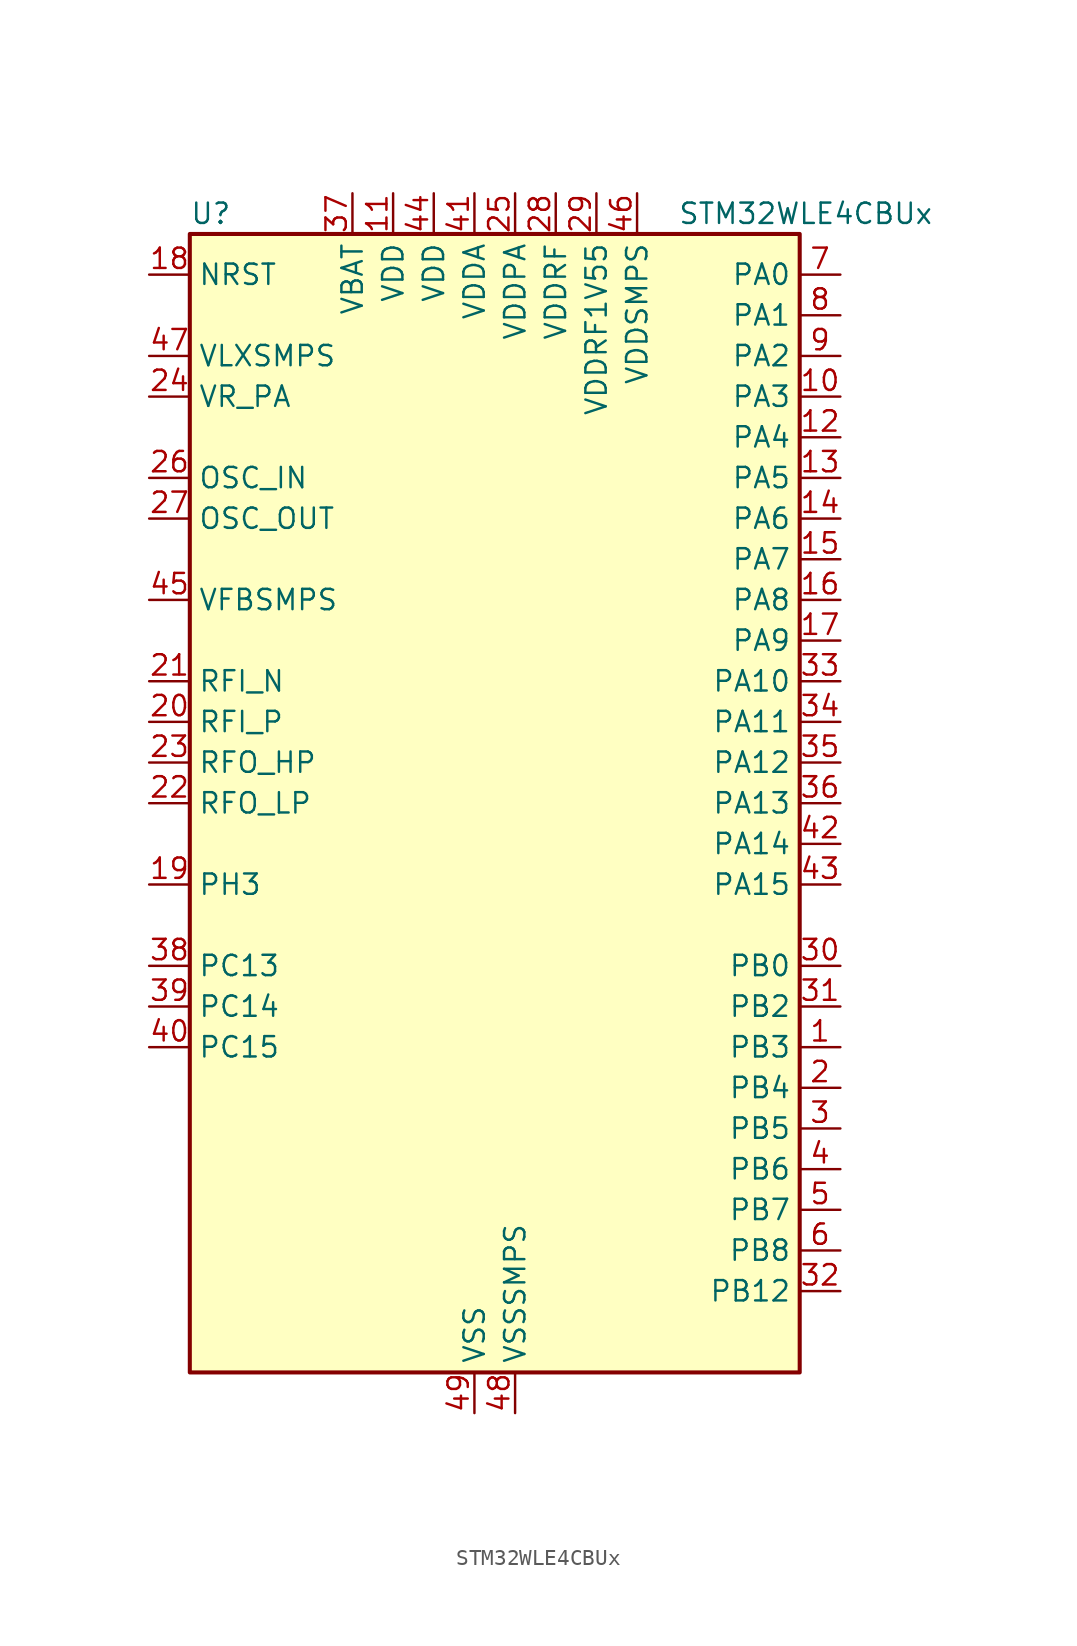
<source format=kicad_sym>
(kicad_symbol_lib
  (version 20220914)
  (generator kicad_symbol_editor)
  (symbol "STM32WLE4CBUx"
    (property "Reference" "U"
      (at -17.78 36.83 0)
      (effects (font (size 1.27 1.27)) (justify left)))
    (property "Value" "STM32WLE4CBUx"
      (at 12.7 36.83 0)
      (effects (font (size 1.27 1.27)) (justify left)))
    (property "ki_locked" ""
      (at 0 0 0)
      (effects (font (size 1.27 1.27))))
    (symbol "STM32WLE4CBUx_0_1"
      (rectangle (start -17.78 -35.56) (end 20.32 35.56) (stroke (width 0.254) (type default)) (fill (type background))))
    (symbol "STM32WLE4CBUx_1_1"
      (pin bidirectional line (at 22.86 -15.24 180) (length 2.54) (name "PB3" (effects (font (size 1.27 1.27)))) (number "1" (effects (font (size 1.27 1.27)))) (alternate "ADC_IN2" bidirectional line) (alternate "COMP1_INM" bidirectional line) (alternate "COMP2_INM" bidirectional line) (alternate "DEBUG_JTDO-SWO" bidirectional line) (alternate "DEBUG_RF-DTB1" bidirectional line) (alternate "PWR_WKUP3" bidirectional line) (alternate "RTC_TAMP_IN3" bidirectional line) (alternate "SPI1_SCK" bidirectional line) (alternate "TIM2_CH2" bidirectional line) (alternate "USART1_DE" bidirectional line) (alternate "USART1_RTS" bidirectional line))
      (pin bidirectional line (at 22.86 25.4 180) (length 2.54) (name "PA3" (effects (font (size 1.27 1.27)))) (number "10" (effects (font (size 1.27 1.27)))) (alternate "I2S2_MCK" bidirectional line) (alternate "LPUART1_RX" bidirectional line) (alternate "TIM2_CH4" bidirectional line) (alternate "USART2_RX" bidirectional line))
      (pin power_in line (at -5.08 38.1 270) (length 2.54) (name "VDD" (effects (font (size 1.27 1.27)))) (number "11" (effects (font (size 1.27 1.27)))))
      (pin bidirectional line (at 22.86 22.86 180) (length 2.54) (name "PA4" (effects (font (size 1.27 1.27)))) (number "12" (effects (font (size 1.27 1.27)))) (alternate "DEBUG_SUBGHZSPI-NSSOUT" bidirectional line) (alternate "LPTIM1_OUT" bidirectional line) (alternate "LPTIM2_OUT" bidirectional line) (alternate "RTC_OUT2" bidirectional line) (alternate "SPI1_NSS" bidirectional line) (alternate "USART2_CK" bidirectional line))
      (pin bidirectional line (at 22.86 20.32 180) (length 2.54) (name "PA5" (effects (font (size 1.27 1.27)))) (number "13" (effects (font (size 1.27 1.27)))) (alternate "DEBUG_SUBGHZSPI-SCKOUT" bidirectional line) (alternate "LPTIM2_ETR" bidirectional line) (alternate "SPI1_SCK" bidirectional line) (alternate "SPI2_MISO" bidirectional line) (alternate "TIM2_CH1" bidirectional line) (alternate "TIM2_ETR" bidirectional line))
      (pin bidirectional line (at 22.86 17.78 180) (length 2.54) (name "PA6" (effects (font (size 1.27 1.27)))) (number "14" (effects (font (size 1.27 1.27)))) (alternate "DEBUG_SUBGHZSPI-MISOOUT" bidirectional line) (alternate "I2C2_SMBA" bidirectional line) (alternate "LPUART1_CTS" bidirectional line) (alternate "SPI1_MISO" bidirectional line) (alternate "TIM16_CH1" bidirectional line) (alternate "TIM1_BKIN" bidirectional line))
      (pin bidirectional line (at 22.86 15.24 180) (length 2.54) (name "PA7" (effects (font (size 1.27 1.27)))) (number "15" (effects (font (size 1.27 1.27)))) (alternate "COMP2_OUT" bidirectional line) (alternate "DEBUG_SUBGHZSPI-MOSIOUT" bidirectional line) (alternate "I2C3_SCL" bidirectional line) (alternate "SPI1_MOSI" bidirectional line) (alternate "TIM17_CH1" bidirectional line) (alternate "TIM1_CH1N" bidirectional line))
      (pin bidirectional line (at 22.86 12.7 180) (length 2.54) (name "PA8" (effects (font (size 1.27 1.27)))) (number "16" (effects (font (size 1.27 1.27)))) (alternate "I2S2_CK" bidirectional line) (alternate "LPTIM2_OUT" bidirectional line) (alternate "RCC_MCO" bidirectional line) (alternate "SPI2_SCK" bidirectional line) (alternate "TIM1_CH1" bidirectional line) (alternate "USART1_CK" bidirectional line))
      (pin bidirectional line (at 22.86 10.16 180) (length 2.54) (name "PA9" (effects (font (size 1.27 1.27)))) (number "17" (effects (font (size 1.27 1.27)))) (alternate "DAC_EXTI9" bidirectional line) (alternate "I2C1_SCL" bidirectional line) (alternate "I2S2_CK" bidirectional line) (alternate "I2S2_WS" bidirectional line) (alternate "SPI2_NSS" bidirectional line) (alternate "SPI2_SCK" bidirectional line) (alternate "TIM1_CH2" bidirectional line) (alternate "USART1_TX" bidirectional line))
      (pin input line (at -20.32 33.02 0) (length 2.54) (name "NRST" (effects (font (size 1.27 1.27)))) (number "18" (effects (font (size 1.27 1.27)))))
      (pin bidirectional line (at -20.32 -5.08 0) (length 2.54) (name "PH3" (effects (font (size 1.27 1.27)))) (number "19" (effects (font (size 1.27 1.27)))))
      (pin bidirectional line (at 22.86 -17.78 180) (length 2.54) (name "PB4" (effects (font (size 1.27 1.27)))) (number "2" (effects (font (size 1.27 1.27)))) (alternate "ADC_IN3" bidirectional line) (alternate "COMP1_INP" bidirectional line) (alternate "COMP2_INP" bidirectional line) (alternate "DEBUG_JTRST" bidirectional line) (alternate "DEBUG_RF-LDORDY" bidirectional line) (alternate "I2C3_SDA" bidirectional line) (alternate "SPI1_MISO" bidirectional line) (alternate "TIM17_BKIN" bidirectional line) (alternate "USART1_CTS" bidirectional line) (alternate "USART1_NSS" bidirectional line))
      (pin bidirectional line (at -20.32 5.08 0) (length 2.54) (name "RFI_P" (effects (font (size 1.27 1.27)))) (number "20" (effects (font (size 1.27 1.27)))))
      (pin bidirectional line (at -20.32 7.62 0) (length 2.54) (name "RFI_N" (effects (font (size 1.27 1.27)))) (number "21" (effects (font (size 1.27 1.27)))))
      (pin bidirectional line (at -20.32 0 0) (length 2.54) (name "RFO_LP" (effects (font (size 1.27 1.27)))) (number "22" (effects (font (size 1.27 1.27)))))
      (pin bidirectional line (at -20.32 2.54 0) (length 2.54) (name "RFO_HP" (effects (font (size 1.27 1.27)))) (number "23" (effects (font (size 1.27 1.27)))))
      (pin power_in line (at -20.32 25.4 0) (length 2.54) (name "VR_PA" (effects (font (size 1.27 1.27)))) (number "24" (effects (font (size 1.27 1.27)))))
      (pin power_in line (at 2.54 38.1 270) (length 2.54) (name "VDDPA" (effects (font (size 1.27 1.27)))) (number "25" (effects (font (size 1.27 1.27)))))
      (pin input line (at -20.32 20.32 0) (length 2.54) (name "OSC_IN" (effects (font (size 1.27 1.27)))) (number "26" (effects (font (size 1.27 1.27)))) (alternate "RCC_OSC_IN" bidirectional line))
      (pin input line (at -20.32 17.78 0) (length 2.54) (name "OSC_OUT" (effects (font (size 1.27 1.27)))) (number "27" (effects (font (size 1.27 1.27)))) (alternate "RCC_OSC_OUT" bidirectional line))
      (pin power_in line (at 5.08 38.1 270) (length 2.54) (name "VDDRF" (effects (font (size 1.27 1.27)))) (number "28" (effects (font (size 1.27 1.27)))))
      (pin power_in line (at 7.62 38.1 270) (length 2.54) (name "VDDRF1V55" (effects (font (size 1.27 1.27)))) (number "29" (effects (font (size 1.27 1.27)))))
      (pin bidirectional line (at 22.86 -20.32 180) (length 2.54) (name "PB5" (effects (font (size 1.27 1.27)))) (number "3" (effects (font (size 1.27 1.27)))) (alternate "COMP2_OUT" bidirectional line) (alternate "I2C1_SMBA" bidirectional line) (alternate "LPTIM1_IN1" bidirectional line) (alternate "SPI1_MOSI" bidirectional line) (alternate "TIM16_BKIN" bidirectional line) (alternate "USART1_CK" bidirectional line))
      (pin bidirectional line (at 22.86 -10.16 180) (length 2.54) (name "PB0" (effects (font (size 1.27 1.27)))) (number "30" (effects (font (size 1.27 1.27)))) (alternate "COMP1_OUT" bidirectional line) (alternate "VDDTCXO" bidirectional line))
      (pin bidirectional line (at 22.86 -12.7 180) (length 2.54) (name "PB2" (effects (font (size 1.27 1.27)))) (number "31" (effects (font (size 1.27 1.27)))) (alternate "ADC_IN4" bidirectional line) (alternate "COMP1_INP" bidirectional line) (alternate "COMP2_INM" bidirectional line) (alternate "DEBUG_RF-SMPSRDY" bidirectional line) (alternate "I2C3_SMBA" bidirectional line) (alternate "LPTIM1_OUT" bidirectional line) (alternate "SPI1_NSS" bidirectional line))
      (pin bidirectional line (at 22.86 -30.48 180) (length 2.54) (name "PB12" (effects (font (size 1.27 1.27)))) (number "32" (effects (font (size 1.27 1.27)))) (alternate "I2C3_SMBA" bidirectional line) (alternate "I2S2_WS" bidirectional line) (alternate "LPUART1_RTS" bidirectional line) (alternate "SPI2_NSS" bidirectional line) (alternate "TIM1_BKIN" bidirectional line))
      (pin bidirectional line (at 22.86 7.62 180) (length 2.54) (name "PA10" (effects (font (size 1.27 1.27)))) (number "33" (effects (font (size 1.27 1.27)))) (alternate "ADC_IN6" bidirectional line) (alternate "COMP1_INM" bidirectional line) (alternate "COMP2_INM" bidirectional line) (alternate "DAC_OUT1" bidirectional line) (alternate "DEBUG_RF-HSE32RDY" bidirectional line) (alternate "I2C1_SDA" bidirectional line) (alternate "I2S2_SD" bidirectional line) (alternate "RTC_REFIN" bidirectional line) (alternate "SPI2_MOSI" bidirectional line) (alternate "TIM17_BKIN" bidirectional line) (alternate "TIM1_CH3" bidirectional line) (alternate "USART1_RX" bidirectional line))
      (pin bidirectional line (at 22.86 5.08 180) (length 2.54) (name "PA11" (effects (font (size 1.27 1.27)))) (number "34" (effects (font (size 1.27 1.27)))) (alternate "ADC_EXTI11" bidirectional line) (alternate "ADC_IN7" bidirectional line) (alternate "COMP1_INM" bidirectional line) (alternate "COMP2_INM" bidirectional line) (alternate "DEBUG_RF-NRESET" bidirectional line) (alternate "I2C2_SDA" bidirectional line) (alternate "LPTIM3_ETR" bidirectional line) (alternate "SPI1_MISO" bidirectional line) (alternate "TIM1_BKIN2" bidirectional line) (alternate "TIM1_CH4" bidirectional line) (alternate "USART1_CTS" bidirectional line) (alternate "USART1_NSS" bidirectional line))
      (pin bidirectional line (at 22.86 2.54 180) (length 2.54) (name "PA12" (effects (font (size 1.27 1.27)))) (number "35" (effects (font (size 1.27 1.27)))) (alternate "ADC_IN8" bidirectional line) (alternate "DEBUG_RF-BUSY" bidirectional line) (alternate "I2C2_SCL" bidirectional line) (alternate "LPTIM3_IN1" bidirectional line) (alternate "SPI1_MOSI" bidirectional line) (alternate "TIM1_ETR" bidirectional line) (alternate "USART1_DE" bidirectional line) (alternate "USART1_RTS" bidirectional line))
      (pin bidirectional line (at 22.86 0 180) (length 2.54) (name "PA13" (effects (font (size 1.27 1.27)))) (number "36" (effects (font (size 1.27 1.27)))) (alternate "ADC_IN9" bidirectional line) (alternate "DEBUG_JTMS-SWDIO" bidirectional line) (alternate "I2C2_SMBA" bidirectional line) (alternate "IR_OUT" bidirectional line))
      (pin power_in line (at -7.62 38.1 270) (length 2.54) (name "VBAT" (effects (font (size 1.27 1.27)))) (number "37" (effects (font (size 1.27 1.27)))))
      (pin bidirectional line (at -20.32 -10.16 0) (length 2.54) (name "PC13" (effects (font (size 1.27 1.27)))) (number "38" (effects (font (size 1.27 1.27)))) (alternate "PWR_WKUP2" bidirectional line) (alternate "RTC_OUT1" bidirectional line) (alternate "RTC_TAMP_IN1" bidirectional line) (alternate "RTC_TS" bidirectional line))
      (pin bidirectional line (at -20.32 -12.7 0) (length 2.54) (name "PC14" (effects (font (size 1.27 1.27)))) (number "39" (effects (font (size 1.27 1.27)))) (alternate "RCC_OSC32_IN" bidirectional line))
      (pin bidirectional line (at 22.86 -22.86 180) (length 2.54) (name "PB6" (effects (font (size 1.27 1.27)))) (number "4" (effects (font (size 1.27 1.27)))) (alternate "I2C1_SCL" bidirectional line) (alternate "LPTIM1_ETR" bidirectional line) (alternate "TIM16_CH1N" bidirectional line) (alternate "USART1_TX" bidirectional line))
      (pin bidirectional line (at -20.32 -15.24 0) (length 2.54) (name "PC15" (effects (font (size 1.27 1.27)))) (number "40" (effects (font (size 1.27 1.27)))) (alternate "RCC_OSC32_OUT" bidirectional line))
      (pin power_in line (at 0 38.1 270) (length 2.54) (name "VDDA" (effects (font (size 1.27 1.27)))) (number "41" (effects (font (size 1.27 1.27)))))
      (pin bidirectional line (at 22.86 -2.54 180) (length 2.54) (name "PA14" (effects (font (size 1.27 1.27)))) (number "42" (effects (font (size 1.27 1.27)))) (alternate "ADC_IN10" bidirectional line) (alternate "DEBUG_JTCK-SWCLK" bidirectional line) (alternate "I2C1_SMBA" bidirectional line) (alternate "LPTIM1_OUT" bidirectional line))
      (pin bidirectional line (at 22.86 -5.08 180) (length 2.54) (name "PA15" (effects (font (size 1.27 1.27)))) (number "43" (effects (font (size 1.27 1.27)))) (alternate "ADC_IN11" bidirectional line) (alternate "COMP1_INM" bidirectional line) (alternate "COMP2_INP" bidirectional line) (alternate "DEBUG_JTDI" bidirectional line) (alternate "I2C2_SDA" bidirectional line) (alternate "SPI1_NSS" bidirectional line) (alternate "TIM2_CH1" bidirectional line) (alternate "TIM2_ETR" bidirectional line))
      (pin power_in line (at -2.54 38.1 270) (length 2.54) (name "VDD" (effects (font (size 1.27 1.27)))) (number "44" (effects (font (size 1.27 1.27)))))
      (pin input line (at -20.32 12.7 0) (length 2.54) (name "VFBSMPS" (effects (font (size 1.27 1.27)))) (number "45" (effects (font (size 1.27 1.27)))))
      (pin power_in line (at 10.16 38.1 270) (length 2.54) (name "VDDSMPS" (effects (font (size 1.27 1.27)))) (number "46" (effects (font (size 1.27 1.27)))))
      (pin power_in line (at -20.32 27.94 0) (length 2.54) (name "VLXSMPS" (effects (font (size 1.27 1.27)))) (number "47" (effects (font (size 1.27 1.27)))))
      (pin power_in line (at 2.54 -38.1 90) (length 2.54) (name "VSSSMPS" (effects (font (size 1.27 1.27)))) (number "48" (effects (font (size 1.27 1.27)))))
      (pin power_in line (at 0 -38.1 90) (length 2.54) (name "VSS" (effects (font (size 1.27 1.27)))) (number "49" (effects (font (size 1.27 1.27)))))
      (pin bidirectional line (at 22.86 -25.4 180) (length 2.54) (name "PB7" (effects (font (size 1.27 1.27)))) (number "5" (effects (font (size 1.27 1.27)))) (alternate "I2C1_SDA" bidirectional line) (alternate "LPTIM1_IN2" bidirectional line) (alternate "PWR_PVD_IN" bidirectional line) (alternate "TIM17_CH1N" bidirectional line) (alternate "TIM1_BKIN" bidirectional line) (alternate "USART1_RX" bidirectional line))
      (pin bidirectional line (at 22.86 -27.94 180) (length 2.54) (name "PB8" (effects (font (size 1.27 1.27)))) (number "6" (effects (font (size 1.27 1.27)))) (alternate "I2C1_SCL" bidirectional line) (alternate "TIM16_CH1" bidirectional line) (alternate "TIM1_CH2N" bidirectional line))
      (pin bidirectional line (at 22.86 33.02 180) (length 2.54) (name "PA0" (effects (font (size 1.27 1.27)))) (number "7" (effects (font (size 1.27 1.27)))) (alternate "COMP1_OUT" bidirectional line) (alternate "DEBUG_PWR-REGLP1S" bidirectional line) (alternate "I2C3_SMBA" bidirectional line) (alternate "I2S_CKIN" bidirectional line) (alternate "PWR_WKUP1" bidirectional line) (alternate "RTC_TAMP_IN2" bidirectional line) (alternate "TIM2_CH1" bidirectional line) (alternate "TIM2_ETR" bidirectional line) (alternate "USART2_CTS" bidirectional line) (alternate "USART2_NSS" bidirectional line))
      (pin bidirectional line (at 22.86 30.48 180) (length 2.54) (name "PA1" (effects (font (size 1.27 1.27)))) (number "8" (effects (font (size 1.27 1.27)))) (alternate "DEBUG_PWR-REGLP2S" bidirectional line) (alternate "I2C1_SMBA" bidirectional line) (alternate "LPTIM3_OUT" bidirectional line) (alternate "LPUART1_RTS" bidirectional line) (alternate "SPI1_SCK" bidirectional line) (alternate "TIM2_CH2" bidirectional line) (alternate "USART2_DE" bidirectional line) (alternate "USART2_RTS" bidirectional line))
      (pin bidirectional line (at 22.86 27.94 180) (length 2.54) (name "PA2" (effects (font (size 1.27 1.27)))) (number "9" (effects (font (size 1.27 1.27)))) (alternate "COMP2_OUT" bidirectional line) (alternate "DEBUG_PWR-LDORDY" bidirectional line) (alternate "LPUART1_TX" bidirectional line) (alternate "RCC_LSCO" bidirectional line) (alternate "TIM2_CH3" bidirectional line) (alternate "USART2_TX" bidirectional line)))))
</source>
